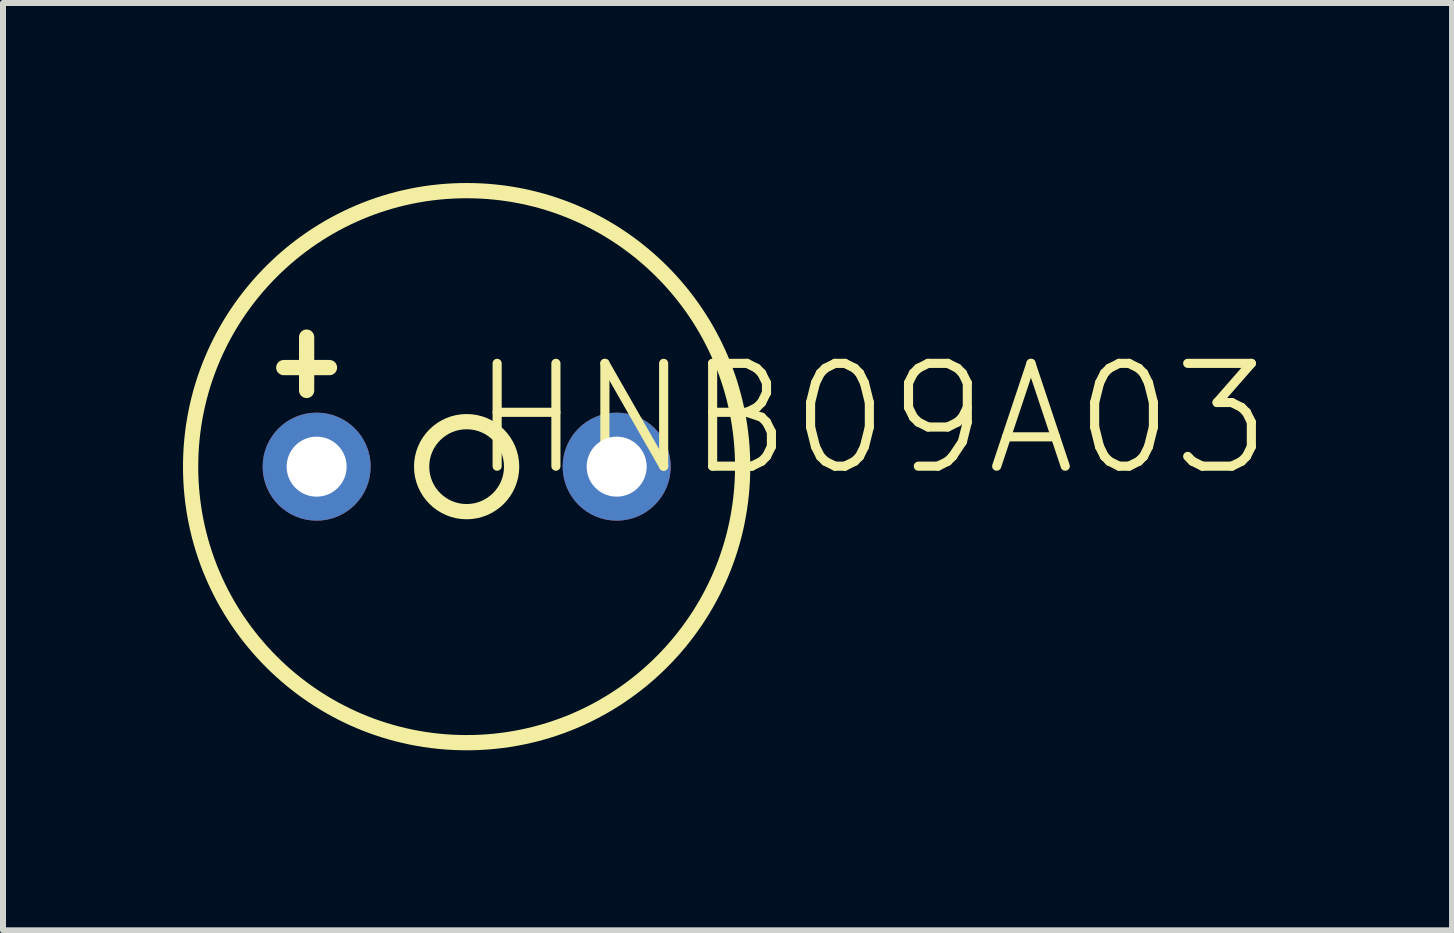
<source format=kicad_pcb>
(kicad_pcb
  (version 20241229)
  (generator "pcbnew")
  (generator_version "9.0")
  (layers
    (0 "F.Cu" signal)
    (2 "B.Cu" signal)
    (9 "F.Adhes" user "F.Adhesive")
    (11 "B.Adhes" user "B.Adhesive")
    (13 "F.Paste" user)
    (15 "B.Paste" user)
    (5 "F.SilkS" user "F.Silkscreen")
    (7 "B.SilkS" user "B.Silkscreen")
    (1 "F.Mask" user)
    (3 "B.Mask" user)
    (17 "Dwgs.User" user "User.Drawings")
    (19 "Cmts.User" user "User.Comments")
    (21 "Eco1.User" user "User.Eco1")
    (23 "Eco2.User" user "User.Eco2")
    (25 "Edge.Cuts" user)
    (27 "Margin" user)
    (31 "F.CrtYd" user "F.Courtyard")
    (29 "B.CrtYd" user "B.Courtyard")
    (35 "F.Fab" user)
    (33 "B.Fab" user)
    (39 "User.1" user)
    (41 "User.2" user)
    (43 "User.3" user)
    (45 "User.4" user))
  (footprint "HNB09A03"
    (layer "F.Cu")
    (at 4.727 4.727)
    (property "Reference" "HNB09A03" (at 0 0.21 0) (unlocked yes) (layer "F.SilkS") (effects (font (size 1.714 1.714) (thickness 0.152)) (justify left bottom)))
    (fp_line (start -3.048 -1.651) (end -2.286 -1.651) (stroke (width 0.254) (type solid)) (layer "F.SilkS"))
    (fp_line (start -2.667 -1.27) (end -2.667 -2.159) (stroke (width 0.254) (type solid)) (layer "F.SilkS"))
    (fp_circle (center -0.00038 0) (end -0.00038 -4.6) (stroke (width 0.254) (type solid)) (fill no) (layer "F.SilkS"))
    (fp_circle (center -0.00038 0) (end -0.00038 -0.75) (stroke (width 0.254) (type solid)) (fill no) (layer "F.SilkS"))
    (fp_poly (pts (xy -3.048 -1.524) (xy -2.159 -1.524) (xy -2.159 -1.778) (xy -3.175 -1.778) (xy -3.175 -1.524)) (stroke (width 0.1) (type default)) (fill no) (layer "User.6"))
    (fp_poly (pts (xy -2.599 -1.235) (xy -2.599 -2.124) (xy -2.853 -2.124) (xy -2.853 -1.108) (xy -2.599 -1.108)) (stroke (width 0.1) (type default)) (fill no) (layer "User.6"))
    (fp_arc (start -4.505 0) (mid 0 -4.505) (end 4.505 0) (stroke (width 0.0508) (type solid)) (layer "User.13"))
    (fp_arc (start 4.505 0) (mid 0 4.505) (end -4.505 0) (stroke (width 0.0508) (type solid)) (layer "User.13"))
    (fp_poly (pts (arc (start -4.44499 4.50499) (mid -4.50499 4.56499) (end -4.56499 4.50499)) (arc (start -4.56499 4.50499) (mid -4.50499 4.44499) (end -4.44499 4.50499)) (xy -4.445 4.505)) (stroke (width 0.1) (type default)) (fill no) (layer "User.13"))
    (fp_poly (pts (arc (start -2.19998 0) (mid -2.49999 0.30001) (end -2.8 0)) (arc (start -2.8 0) (mid -2.49999 -0.30001) (end -2.19998 0))) (stroke (width 0.1) (type default)) (fill no) (layer "User.13"))
    (fp_poly (pts (arc (start 2.80001 0) (mid 2.5 0.30001) (end 2.19999 0)) (arc (start 2.19999 0) (mid 2.5 -0.30001) (end 2.80001 0))) (stroke (width 0.1) (type default)) (fill no) (layer "User.13"))
    (pad "1" thru_hole circle (at -2.5 0) (size 1.8 1.8) (drill 1 (offset 0.00031 0)) (layers "*.Cu" "*.Mask"))
    (pad "2" thru_hole circle (at 2.5 0) (size 1.8 1.8) (drill 1 (offset 0.0002 0)) (layers "*.Cu" "*.Mask")))
  (gr_rect
    (start -3 -3)
    (end 21.149 12.454)
    (stroke (width 0.1) (type default))
    (fill no)
    (layer "Edge.Cuts")))
</source>
